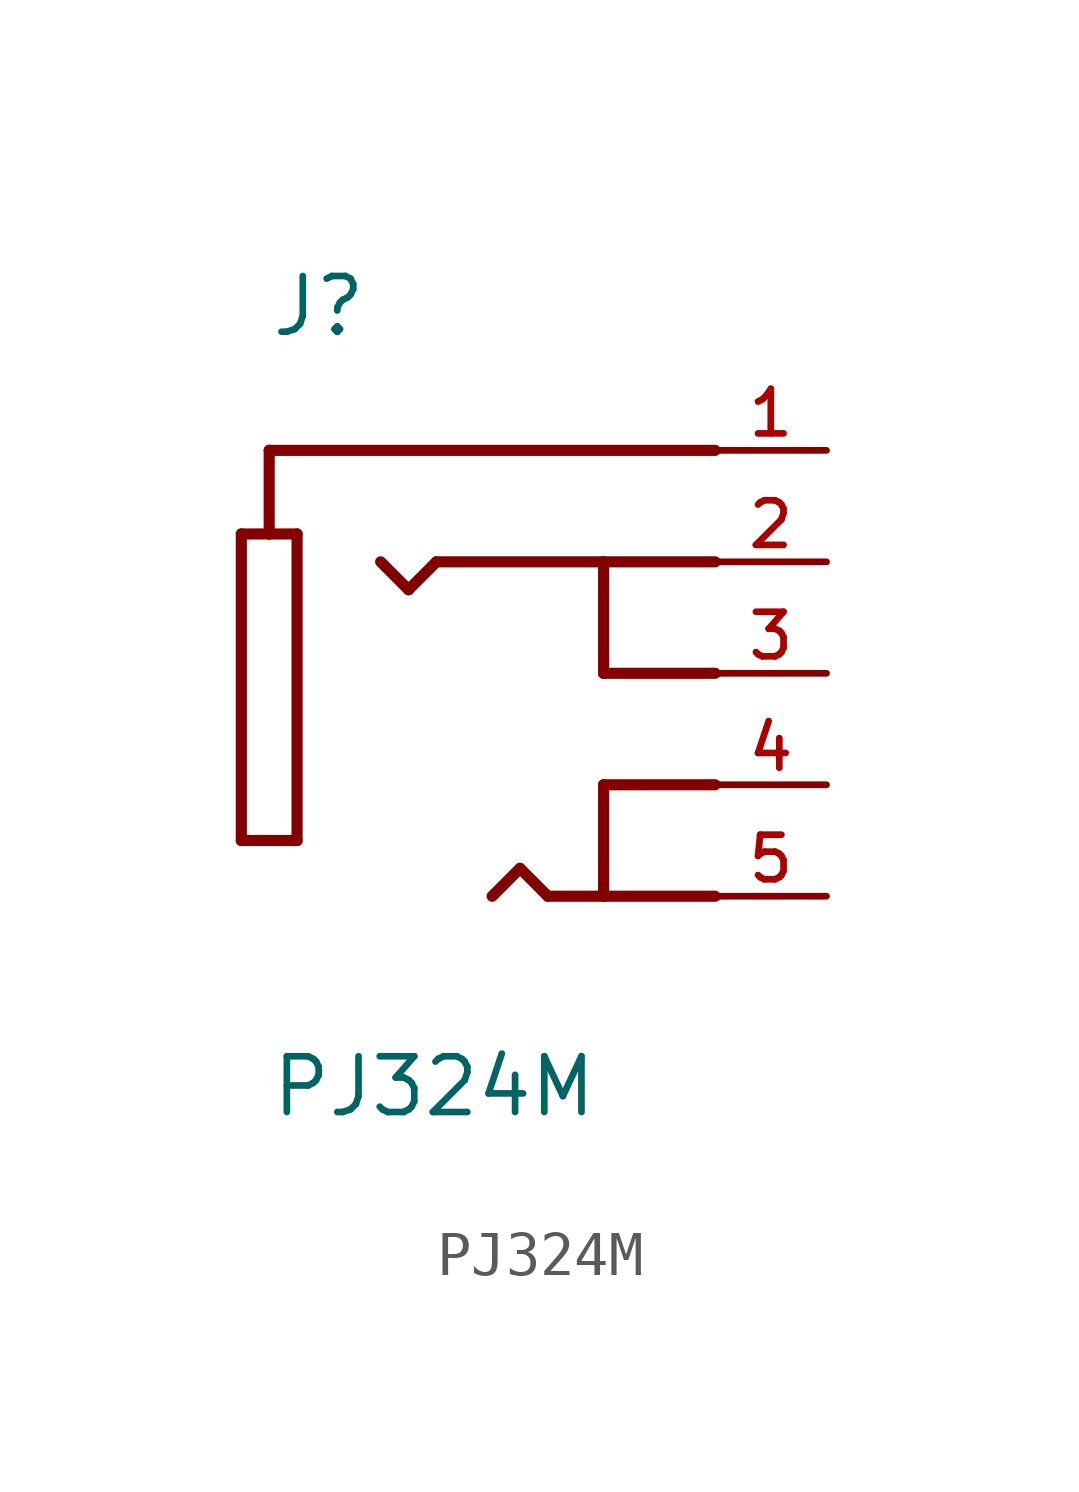
<source format=kicad_sym>
(kicad_symbol_lib
  (version 20211014)
  (generator kicad_symbol_editor)
  (symbol "PJ324M"
    (pin_names
      (offset 1.016))
    (property "Reference" "J"
      (at -5.08 7.62 0)
      (effects (font (size 1.27 1.27)) (justify bottom left)))
    (property "Value" "PJ324M"
      (at -5.08 -10.16 0)
      (effects (font (size 1.27 1.27)) (justify bottom left)))
    (symbol "PJ324M_0_0"
      (polyline (pts (xy 5.08 5.08) (xy -5.08 5.08)) (stroke (width 0.254)))
      (polyline (pts (xy 5.08 2.54) (xy 2.54 2.54)) (stroke (width 0.254)))
      (polyline (pts (xy 2.54 2.54) (xy -1.27 2.54)) (stroke (width 0.254)))
      (polyline (pts (xy 5.08 -5.08) (xy 2.54 -5.08)) (stroke (width 0.254)))
      (polyline (pts (xy 2.54 -5.08) (xy 1.27 -5.08)) (stroke (width 0.254)))
      (polyline (pts (xy -5.08 5.08) (xy -5.08 3.175)) (stroke (width 0.254)))
      (polyline (pts (xy -5.08 3.175) (xy -4.445 3.175)) (stroke (width 0.254)))
      (polyline (pts (xy -4.445 3.175) (xy -4.445 -3.81)) (stroke (width 0.254)))
      (polyline (pts (xy -4.445 -3.81) (xy -5.715 -3.81)) (stroke (width 0.254)))
      (polyline (pts (xy -5.715 -3.81) (xy -5.715 3.175)) (stroke (width 0.254)))
      (polyline (pts (xy -5.715 3.175) (xy -5.08 3.175)) (stroke (width 0.254)))
      (polyline (pts (xy -1.27 2.54) (xy -1.905 1.905)) (stroke (width 0.254)))
      (polyline (pts (xy -1.905 1.905) (xy -2.54 2.54)) (stroke (width 0.254)))
      (polyline (pts (xy 1.27 -5.08) (xy 0.635 -4.445)) (stroke (width 0.254)))
      (polyline (pts (xy 0.635 -4.445) (xy 0.0 -5.08)) (stroke (width 0.254)))
      (polyline (pts (xy 5.08 -2.54) (xy 2.54 -2.54)) (stroke (width 0.254)))
      (polyline (pts (xy 2.54 -2.54) (xy 2.54 -5.08)) (stroke (width 0.254)))
      (polyline (pts (xy 5.08 0.0) (xy 2.54 0.0)) (stroke (width 0.254)))
      (polyline (pts (xy 2.54 0.0) (xy 2.54 2.54)) (stroke (width 0.254)))
      (pin passive line (at 7.62 5.08 180.0) (length 2.54) (name "~" (effects (font (size 1.016 1.016)))) (number "1" (effects (font (size 1.016 1.016)))))
      (pin passive line (at 7.62 2.54 180.0) (length 2.54) (name "~" (effects (font (size 1.016 1.016)))) (number "2" (effects (font (size 1.016 1.016)))))
      (pin passive line (at 7.62 -5.08 180.0) (length 2.54) (name "~" (effects (font (size 1.016 1.016)))) (number "5" (effects (font (size 1.016 1.016)))))
      (pin passive line (at 7.62 0.0 180.0) (length 2.54) (name "~" (effects (font (size 1.016 1.016)))) (number "3" (effects (font (size 1.016 1.016)))))
      (pin passive line (at 7.62 -2.54 180.0) (length 2.54) (name "~" (effects (font (size 1.016 1.016)))) (number "4" (effects (font (size 1.016 1.016))))))))
</source>
